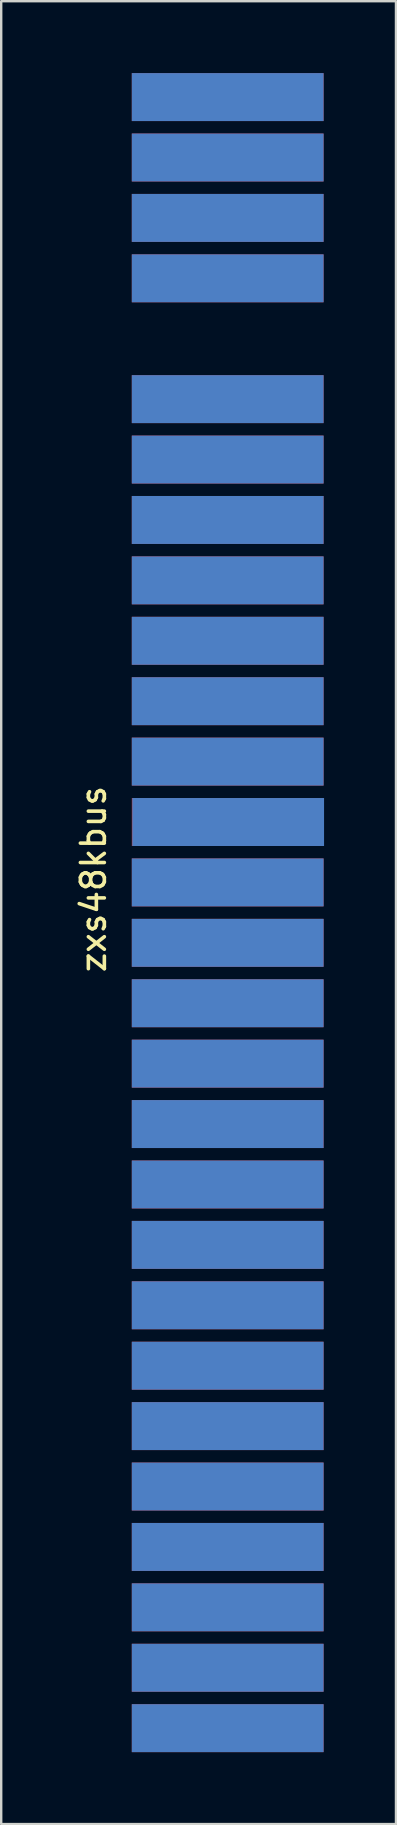
<source format=kicad_pcb>
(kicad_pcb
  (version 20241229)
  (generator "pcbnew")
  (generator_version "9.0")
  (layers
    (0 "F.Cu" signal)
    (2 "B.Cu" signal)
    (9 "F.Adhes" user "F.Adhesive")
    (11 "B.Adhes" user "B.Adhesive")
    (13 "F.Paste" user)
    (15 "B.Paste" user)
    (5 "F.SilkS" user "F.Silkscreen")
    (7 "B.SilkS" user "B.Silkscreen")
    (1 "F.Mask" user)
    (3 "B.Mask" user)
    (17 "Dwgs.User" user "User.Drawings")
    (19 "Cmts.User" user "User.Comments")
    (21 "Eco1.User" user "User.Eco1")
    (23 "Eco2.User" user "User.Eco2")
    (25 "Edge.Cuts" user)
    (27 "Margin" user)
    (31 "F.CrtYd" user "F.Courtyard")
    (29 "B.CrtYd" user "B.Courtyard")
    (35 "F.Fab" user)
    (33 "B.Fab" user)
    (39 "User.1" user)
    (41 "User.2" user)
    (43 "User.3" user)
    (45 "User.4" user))
  (footprint "zxs48kbus"
    (layer "F.Cu")
    (at 6.588 33.62)
    (property "Reference" "zxs48kbus" (at -5.74 0 90) (layer "F.SilkS") (effects (font (size 1 1) (thickness 0.15))))
    (attr through_hole)
    (pad "A1" smd rect (at -0.14 -32.62) (size 8 2) (layers "B.Cu" "B.Mask" "B.Paste"))
    (pad "A2" smd rect (at -0.14 -30.1) (size 8 2) (layers "B.Cu" "B.Mask" "B.Paste"))
    (pad "A3" smd rect (at -0.14 -27.58) (size 8 2) (layers "B.Cu" "B.Mask" "B.Paste"))
    (pad "A4" smd rect (at -0.14 -25.06) (size 8 2) (layers "B.Cu" "B.Mask" "B.Paste"))
    (pad "A6" smd rect (at -0.14 -20.02) (size 8 2) (layers "B.Cu" "B.Mask" "B.Paste"))
    (pad "A7" smd rect (at -0.14 -17.5) (size 8 2) (layers "B.Cu" "B.Mask" "B.Paste"))
    (pad "A8" smd rect (at -0.14 -14.98) (size 8 2) (layers "B.Cu" "B.Mask" "B.Paste"))
    (pad "A9" smd rect (at -0.14 -12.46) (size 8 2) (layers "B.Cu" "B.Mask" "B.Paste"))
    (pad "A10" smd rect (at -0.14 -9.94) (size 8 2) (layers "B.Cu" "B.Mask" "B.Paste"))
    (pad "A11" smd rect (at -0.14 -7.42) (size 8 2) (layers "B.Cu" "B.Mask" "B.Paste"))
    (pad "A12" smd rect (at -0.14 -4.9) (size 8 2) (layers "B.Cu" "B.Mask" "B.Paste"))
    (pad "A13" smd rect (at -0.12 -2.38) (size 8 2) (layers "B.Cu" "B.Mask" "B.Paste"))
    (pad "A14" smd rect (at -0.14 0.14) (size 8 2) (layers "B.Cu" "B.Mask" "B.Paste"))
    (pad "A15" smd rect (at -0.14 2.66) (size 8 2) (layers "B.Cu" "B.Mask" "B.Paste"))
    (pad "A16" smd rect (at -0.14 5.18) (size 8 2) (layers "B.Cu" "B.Mask" "B.Paste"))
    (pad "A17" smd rect (at -0.14 7.7) (size 8 2) (layers "B.Cu" "B.Mask" "B.Paste"))
    (pad "A18" smd rect (at -0.14 10.22) (size 8 2) (layers "B.Cu" "B.Mask" "B.Paste"))
    (pad "A19" smd rect (at -0.14 12.74) (size 8 2) (layers "B.Cu" "B.Mask" "B.Paste"))
    (pad "A20" smd rect (at -0.14 15.26) (size 8 2) (layers "B.Cu" "B.Mask" "B.Paste"))
    (pad "A21" smd rect (at -0.14 17.78) (size 8 2) (layers "B.Cu" "B.Mask" "B.Paste"))
    (pad "A22" smd rect (at -0.14 20.3) (size 8 2) (layers "B.Cu" "B.Mask" "B.Paste"))
    (pad "A23" smd rect (at -0.14 22.82) (size 8 2) (layers "B.Cu" "B.Mask" "B.Paste"))
    (pad "A24" smd rect (at -0.14 25.34) (size 8 2) (layers "B.Cu" "B.Mask" "B.Paste"))
    (pad "A25" smd rect (at -0.14 27.86) (size 8 2) (layers "B.Cu" "B.Mask" "B.Paste"))
    (pad "A26" smd rect (at -0.14 30.38) (size 8 2) (layers "B.Cu" "B.Mask" "B.Paste"))
    (pad "A27" smd rect (at -0.14 32.9) (size 8 2) (layers "B.Cu" "B.Mask" "B.Paste"))
    (pad "A28" smd rect (at -0.14 35.42) (size 8 2) (layers "B.Cu" "B.Mask" "B.Paste"))
    (pad "B1" smd rect (at -0.14 -32.62) (size 8 2) (layers "F.Cu" "F.Mask" "F.Paste"))
    (pad "B2" smd rect (at -0.14 -30.1) (size 8 2) (layers "F.Cu" "F.Mask" "F.Paste"))
    (pad "B3" smd rect (at -0.14 -27.58) (size 8 2) (layers "F.Cu" "F.Mask" "F.Paste"))
    (pad "B4" smd rect (at -0.14 -25.06) (size 8 2) (layers "F.Cu" "F.Mask" "F.Paste"))
    (pad "B6" smd rect (at -0.14 -20.02) (size 8 2) (layers "F.Cu" "F.Mask" "F.Paste"))
    (pad "B7" smd rect (at -0.14 -17.5) (size 8 2) (layers "F.Cu" "F.Mask" "F.Paste"))
    (pad "B8" smd rect (at -0.14 -14.98) (size 8 2) (layers "F.Cu" "F.Mask" "F.Paste"))
    (pad "B9" smd rect (at -0.14 -12.46) (size 8 2) (layers "F.Cu" "F.Mask" "F.Paste"))
    (pad "B10" smd rect (at -0.14 -9.94) (size 8 2) (layers "F.Cu" "F.Mask" "F.Paste"))
    (pad "B11" smd rect (at -0.14 -7.42) (size 8 2) (layers "F.Cu" "F.Mask" "F.Paste"))
    (pad "B12" smd rect (at -0.14 -4.9) (size 8 2) (layers "F.Cu" "F.Mask" "F.Paste"))
    (pad "B13" smd rect (at -0.14 -2.38) (size 8 2) (layers "F.Cu" "F.Mask" "F.Paste"))
    (pad "B14" smd rect (at -0.14 0.14) (size 8 2) (layers "F.Cu" "F.Mask" "F.Paste"))
    (pad "B15" smd rect (at -0.14 2.66) (size 8 2) (layers "F.Cu" "F.Mask" "F.Paste"))
    (pad "B16" smd rect (at -0.14 5.18) (size 8 2) (layers "F.Cu" "F.Mask" "F.Paste"))
    (pad "B17" smd rect (at -0.14 7.7) (size 8 2) (layers "F.Cu" "F.Mask" "F.Paste"))
    (pad "B18" smd rect (at -0.14 10.22) (size 8 2) (layers "F.Cu" "F.Mask" "F.Paste"))
    (pad "B19" smd rect (at -0.14 12.74) (size 8 2) (layers "F.Cu" "F.Mask" "F.Paste"))
    (pad "B20" smd rect (at -0.14 15.26) (size 8 2) (layers "F.Cu" "F.Mask" "F.Paste"))
    (pad "B21" smd rect (at -0.14 17.78) (size 8 2) (layers "F.Cu" "F.Mask" "F.Paste"))
    (pad "B22" smd rect (at -0.14 20.3) (size 8 2) (layers "F.Cu" "F.Mask" "F.Paste"))
    (pad "B23" smd rect (at -0.14 22.82) (size 8 2) (layers "F.Cu" "F.Mask" "F.Paste"))
    (pad "B24" smd rect (at -0.14 25.34) (size 8 2) (layers "F.Cu" "F.Mask" "F.Paste"))
    (pad "B25" smd rect (at -0.14 27.86) (size 8 2) (layers "F.Cu" "F.Mask" "F.Paste"))
    (pad "B26" smd rect (at -0.14 30.38) (size 8 2) (layers "F.Cu" "F.Mask" "F.Paste"))
    (pad "B27" smd rect (at -0.14 32.9) (size 8 2) (layers "F.Cu" "F.Mask" "F.Paste"))
    (pad "B28" smd rect (at -0.14 35.42) (size 8 2) (layers "F.Cu" "F.Mask" "F.Paste")))
  (gr_rect
    (start -3 -3)
    (end 13.468 73.04)
    (stroke (width 0.1) (type default))
    (fill no)
    (layer "Edge.Cuts")))
</source>
